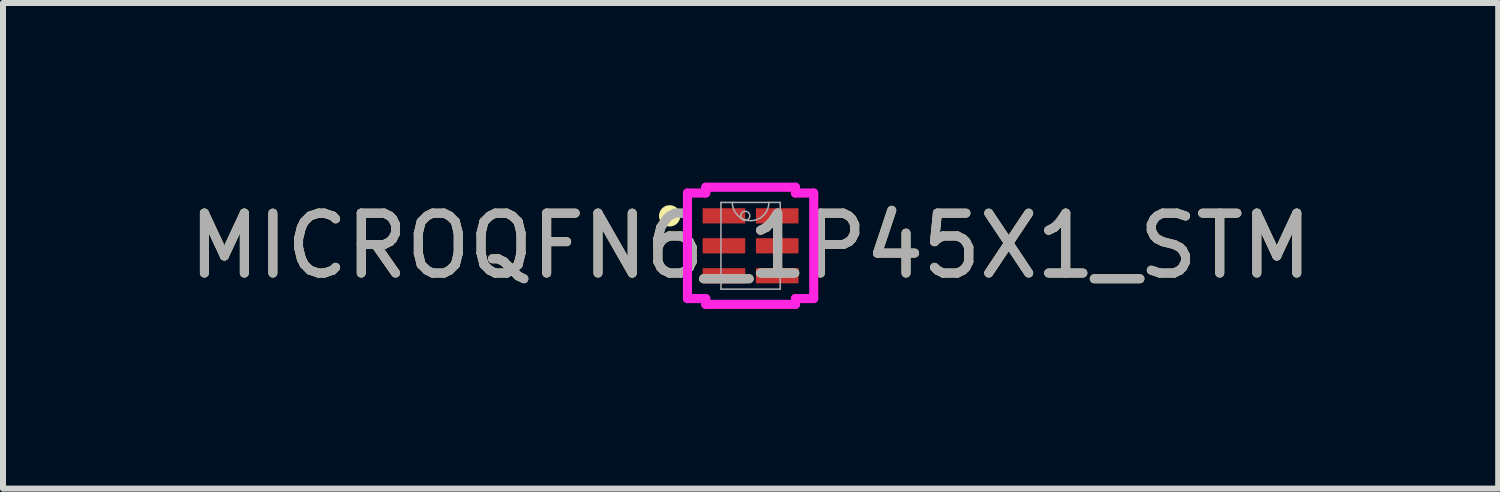
<source format=kicad_pcb>
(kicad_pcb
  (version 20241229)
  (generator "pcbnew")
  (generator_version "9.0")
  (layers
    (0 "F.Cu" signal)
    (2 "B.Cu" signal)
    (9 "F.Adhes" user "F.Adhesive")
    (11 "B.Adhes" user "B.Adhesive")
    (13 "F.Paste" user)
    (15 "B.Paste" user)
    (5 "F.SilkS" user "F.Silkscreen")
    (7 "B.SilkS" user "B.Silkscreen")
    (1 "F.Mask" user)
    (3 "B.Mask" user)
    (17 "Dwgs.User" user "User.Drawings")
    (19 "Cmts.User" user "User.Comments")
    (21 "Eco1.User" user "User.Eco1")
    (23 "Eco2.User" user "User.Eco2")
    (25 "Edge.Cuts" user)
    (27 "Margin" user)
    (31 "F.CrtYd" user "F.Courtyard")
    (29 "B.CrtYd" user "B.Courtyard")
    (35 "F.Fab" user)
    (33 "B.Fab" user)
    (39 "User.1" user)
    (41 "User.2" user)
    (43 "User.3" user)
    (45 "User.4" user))
  (footprint "MICROQFN6_1P45X1_STM"
    (layer "F.Cu")
    (at 9.482 1.054)
    (property "Reference" "MICROQFN6_1P45X1_STM" (at 0 0 0) (unlocked yes) (layer "F.SilkS") (effects (font (size 1 1) (thickness 0.15))))
    (attr smd)
    (fp_circle (center -1.351 -0.5) (end -1.249 -0.5) (stroke (width 0.152) (type solid)) (fill no) (layer "F.SilkS"))
    (fp_line (start -1.054 -0.881) (end -0.749 -0.881) (stroke (width 0.152) (type solid)) (layer "F.CrtYd"))
    (fp_line (start -1.054 0.881) (end -1.054 -0.881) (stroke (width 0.152) (type solid)) (layer "F.CrtYd"))
    (fp_line (start -1.054 0.881) (end -0.749 0.881) (stroke (width 0.152) (type solid)) (layer "F.CrtYd"))
    (fp_line (start -0.749 -0.978) (end 0.749 -0.978) (stroke (width 0.152) (type solid)) (layer "F.CrtYd"))
    (fp_line (start -0.749 -0.881) (end -0.749 -0.978) (stroke (width 0.152) (type solid)) (layer "F.CrtYd"))
    (fp_line (start -0.749 0.978) (end -0.749 0.881) (stroke (width 0.152) (type solid)) (layer "F.CrtYd"))
    (fp_line (start 0.749 -0.978) (end 0.749 -0.881) (stroke (width 0.152) (type solid)) (layer "F.CrtYd"))
    (fp_line (start 0.749 0.881) (end 0.749 0.978) (stroke (width 0.152) (type solid)) (layer "F.CrtYd"))
    (fp_line (start 0.749 0.978) (end -0.749 0.978) (stroke (width 0.152) (type solid)) (layer "F.CrtYd"))
    (fp_line (start 1.054 -0.881) (end 0.749 -0.881) (stroke (width 0.152) (type solid)) (layer "F.CrtYd"))
    (fp_line (start 1.054 -0.881) (end 1.054 0.881) (stroke (width 0.152) (type solid)) (layer "F.CrtYd"))
    (fp_line (start 1.054 0.881) (end 0.749 0.881) (stroke (width 0.152) (type solid)) (layer "F.CrtYd"))
    (fp_line (start -0.495 -0.724) (end -0.495 0.724) (stroke (width 0.025) (type solid)) (layer "F.Fab"))
    (fp_line (start -0.495 0.724) (end 0.495 0.724) (stroke (width 0.025) (type solid)) (layer "F.Fab"))
    (fp_line (start 0.495 -0.724) (end -0.495 -0.724) (stroke (width 0.025) (type solid)) (layer "F.Fab"))
    (fp_line (start 0.495 0.724) (end 0.495 -0.724) (stroke (width 0.025) (type solid)) (layer "F.Fab"))
    (fp_arc (start 0.3048 -0.7239) (mid 0 -0.4191) (end -0.3048 -0.7239) (stroke (width 0.0254) (type solid)) (layer "F.Fab"))
    (fp_circle (center -0.089 -0.5) (end -0.013 -0.5) (stroke (width 0.025) (type solid)) (fill no) (layer "F.Fab"))
    (fp_text user "${REFERENCE}" (at 0 0 0) (unlocked yes) (layer "F.Fab") (effects (font (size 1 1) (thickness 0.15))))
    (pad "1" smd rect (at -0.445 -0.5) (size 0.711 0.254) (layers "F.Cu" "F.Mask" "F.Paste"))
    (pad "2" smd rect (at -0.445 0) (size 0.711 0.254) (layers "F.Cu" "F.Mask" "F.Paste"))
    (pad "3" smd rect (at -0.445 0.5) (size 0.711 0.254) (layers "F.Cu" "F.Mask" "F.Paste"))
    (pad "4" smd rect (at 0.445 0.5) (size 0.711 0.254) (layers "F.Cu" "F.Mask" "F.Paste"))
    (pad "5" smd rect (at 0.445 0) (size 0.711 0.254) (layers "F.Cu" "F.Mask" "F.Paste"))
    (pad "6" smd rect (at 0.445 -0.5) (size 0.711 0.254) (layers "F.Cu" "F.Mask" "F.Paste")))
  (gr_rect
    (start -3 -3)
    (end 21.964 5.108)
    (stroke (width 0.1) (type default))
    (fill no)
    (layer "Edge.Cuts")))
</source>
